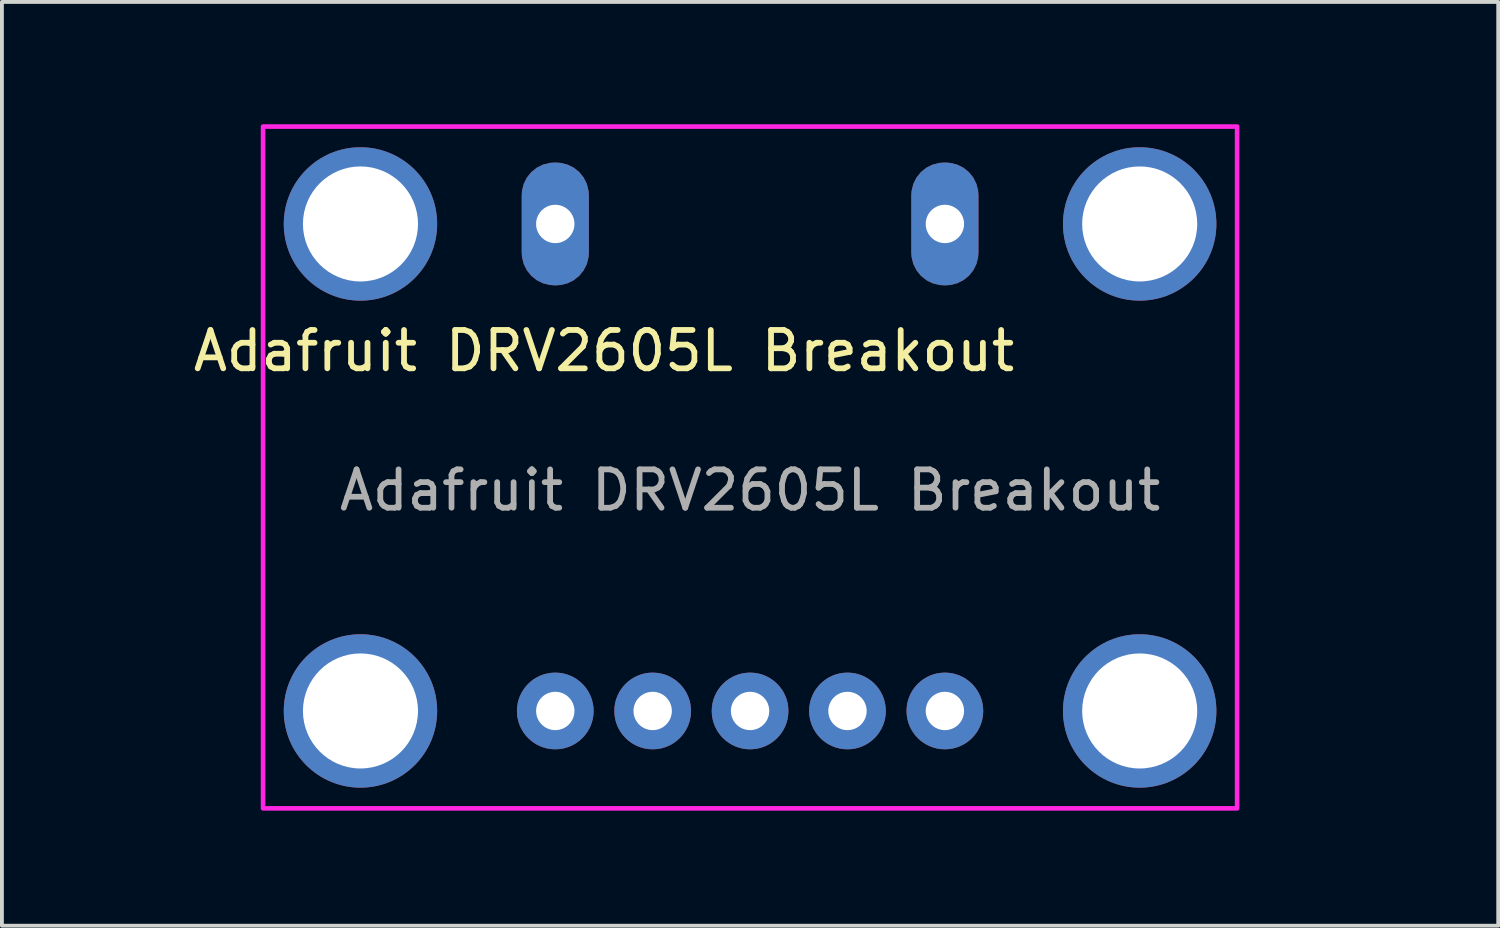
<source format=kicad_pcb>
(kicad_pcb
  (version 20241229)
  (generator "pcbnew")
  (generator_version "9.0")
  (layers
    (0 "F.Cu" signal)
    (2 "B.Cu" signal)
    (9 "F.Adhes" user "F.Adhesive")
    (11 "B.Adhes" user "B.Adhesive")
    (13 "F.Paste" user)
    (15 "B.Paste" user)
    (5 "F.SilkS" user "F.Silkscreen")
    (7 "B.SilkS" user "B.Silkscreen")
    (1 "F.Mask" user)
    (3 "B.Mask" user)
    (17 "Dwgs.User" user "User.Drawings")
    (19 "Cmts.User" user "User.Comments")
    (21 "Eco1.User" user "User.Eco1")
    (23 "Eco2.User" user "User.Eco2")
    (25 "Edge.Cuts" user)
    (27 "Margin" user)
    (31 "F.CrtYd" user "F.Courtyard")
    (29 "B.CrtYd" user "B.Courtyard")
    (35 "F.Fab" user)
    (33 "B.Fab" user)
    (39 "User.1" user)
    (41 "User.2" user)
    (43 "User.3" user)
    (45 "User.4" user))
  (footprint "Adafruit DRV2605L Breakout"
    (layer "F.Cu")
    (at 3.81 0.25)
    (property "Reference" "Adafruit DRV2605L Breakout" (at 8.89 5.85 0) (unlocked yes) (layer "F.SilkS") (effects (font (size 1 1) (thickness 0.15))))
    (attr smd)
    (fp_rect (start 0 0) (end 25.4 17.78) (stroke (width 0.12) (type default)) (fill no) (layer "F.CrtYd"))
    (fp_text user "${REFERENCE}" (at 12.7 9.485 0) (unlocked yes) (layer "F.Fab") (effects (font (size 1 1) (thickness 0.15))))
    (pad "" np_thru_hole circle (at 2.54 2.54) (size 4 4) (drill 3) (layers "*.Cu" "*.Mask"))
    (pad "" np_thru_hole circle (at 2.54 15.24) (size 4 4) (drill 3) (layers "*.Cu" "*.Mask"))
    (pad "" np_thru_hole circle (at 22.86 2.54) (size 4 4) (drill 3) (layers "*.Cu" "*.Mask"))
    (pad "" np_thru_hole circle (at 22.86 15.24) (size 4 4) (drill 3) (layers "*.Cu" "*.Mask"))
    (pad "1" thru_hole circle (at 7.62 15.24) (size 2 2) (drill 1) (layers "*.Cu" "*.Mask"))
    (pad "2" thru_hole circle (at 10.16 15.24) (size 2 2) (drill 1) (layers "*.Cu" "*.Mask"))
    (pad "3" thru_hole circle (at 12.7 15.24) (size 2 2) (drill 1) (layers "*.Cu" "*.Mask"))
    (pad "4" thru_hole circle (at 15.24 15.24) (size 2 2) (drill 1) (layers "*.Cu" "*.Mask"))
    (pad "5" thru_hole circle (at 17.78 15.24) (size 2 2) (drill 1) (layers "*.Cu" "*.Mask"))
    (pad "M+" thru_hole roundrect (at 7.62 2.54) (size 1.75 3.2) (drill 1) (layers "*.Cu" "*.Mask") (roundrect_rratio 0.486))
    (pad "M-" thru_hole roundrect (at 17.78 2.54) (size 1.75 3.2) (drill 1) (layers "*.Cu" "*.Mask") (roundrect_rratio 0.486))
    (zone (net_name "") (layer "F.CrtYd") (name "stemmaqt") (hatch edge 0.5) (connect_pads) (min_thickness 0.25) (filled_areas_thickness no) (keepout (tracks allowed) (vias allowed) (pads not_allowed) (copperpour allowed) (footprints not_allowed)) (placement (enabled no)) (fill) (polygon (pts (xy 3.81 5.33) (xy 3.81 12.95) (xy 0 12.95) (xy 0 5.33))))
    (zone (net_name "") (layer "F.CrtYd") (name "stemmaqt") (hatch edge 0.5) (connect_pads) (min_thickness 0.25) (filled_areas_thickness no) (keepout (tracks allowed) (vias allowed) (pads not_allowed) (copperpour allowed) (footprints not_allowed)) (placement (enabled no)) (fill) (polygon (pts (xy 33.02 5.33) (xy 33.02 12.95) (xy 29.21 12.95) (xy 29.21 5.33)))))
  (gr_rect
    (start -3 -3)
    (end 36.02 21.09)
    (stroke (width 0.1) (type default))
    (fill no)
    (layer "Edge.Cuts")))
</source>
